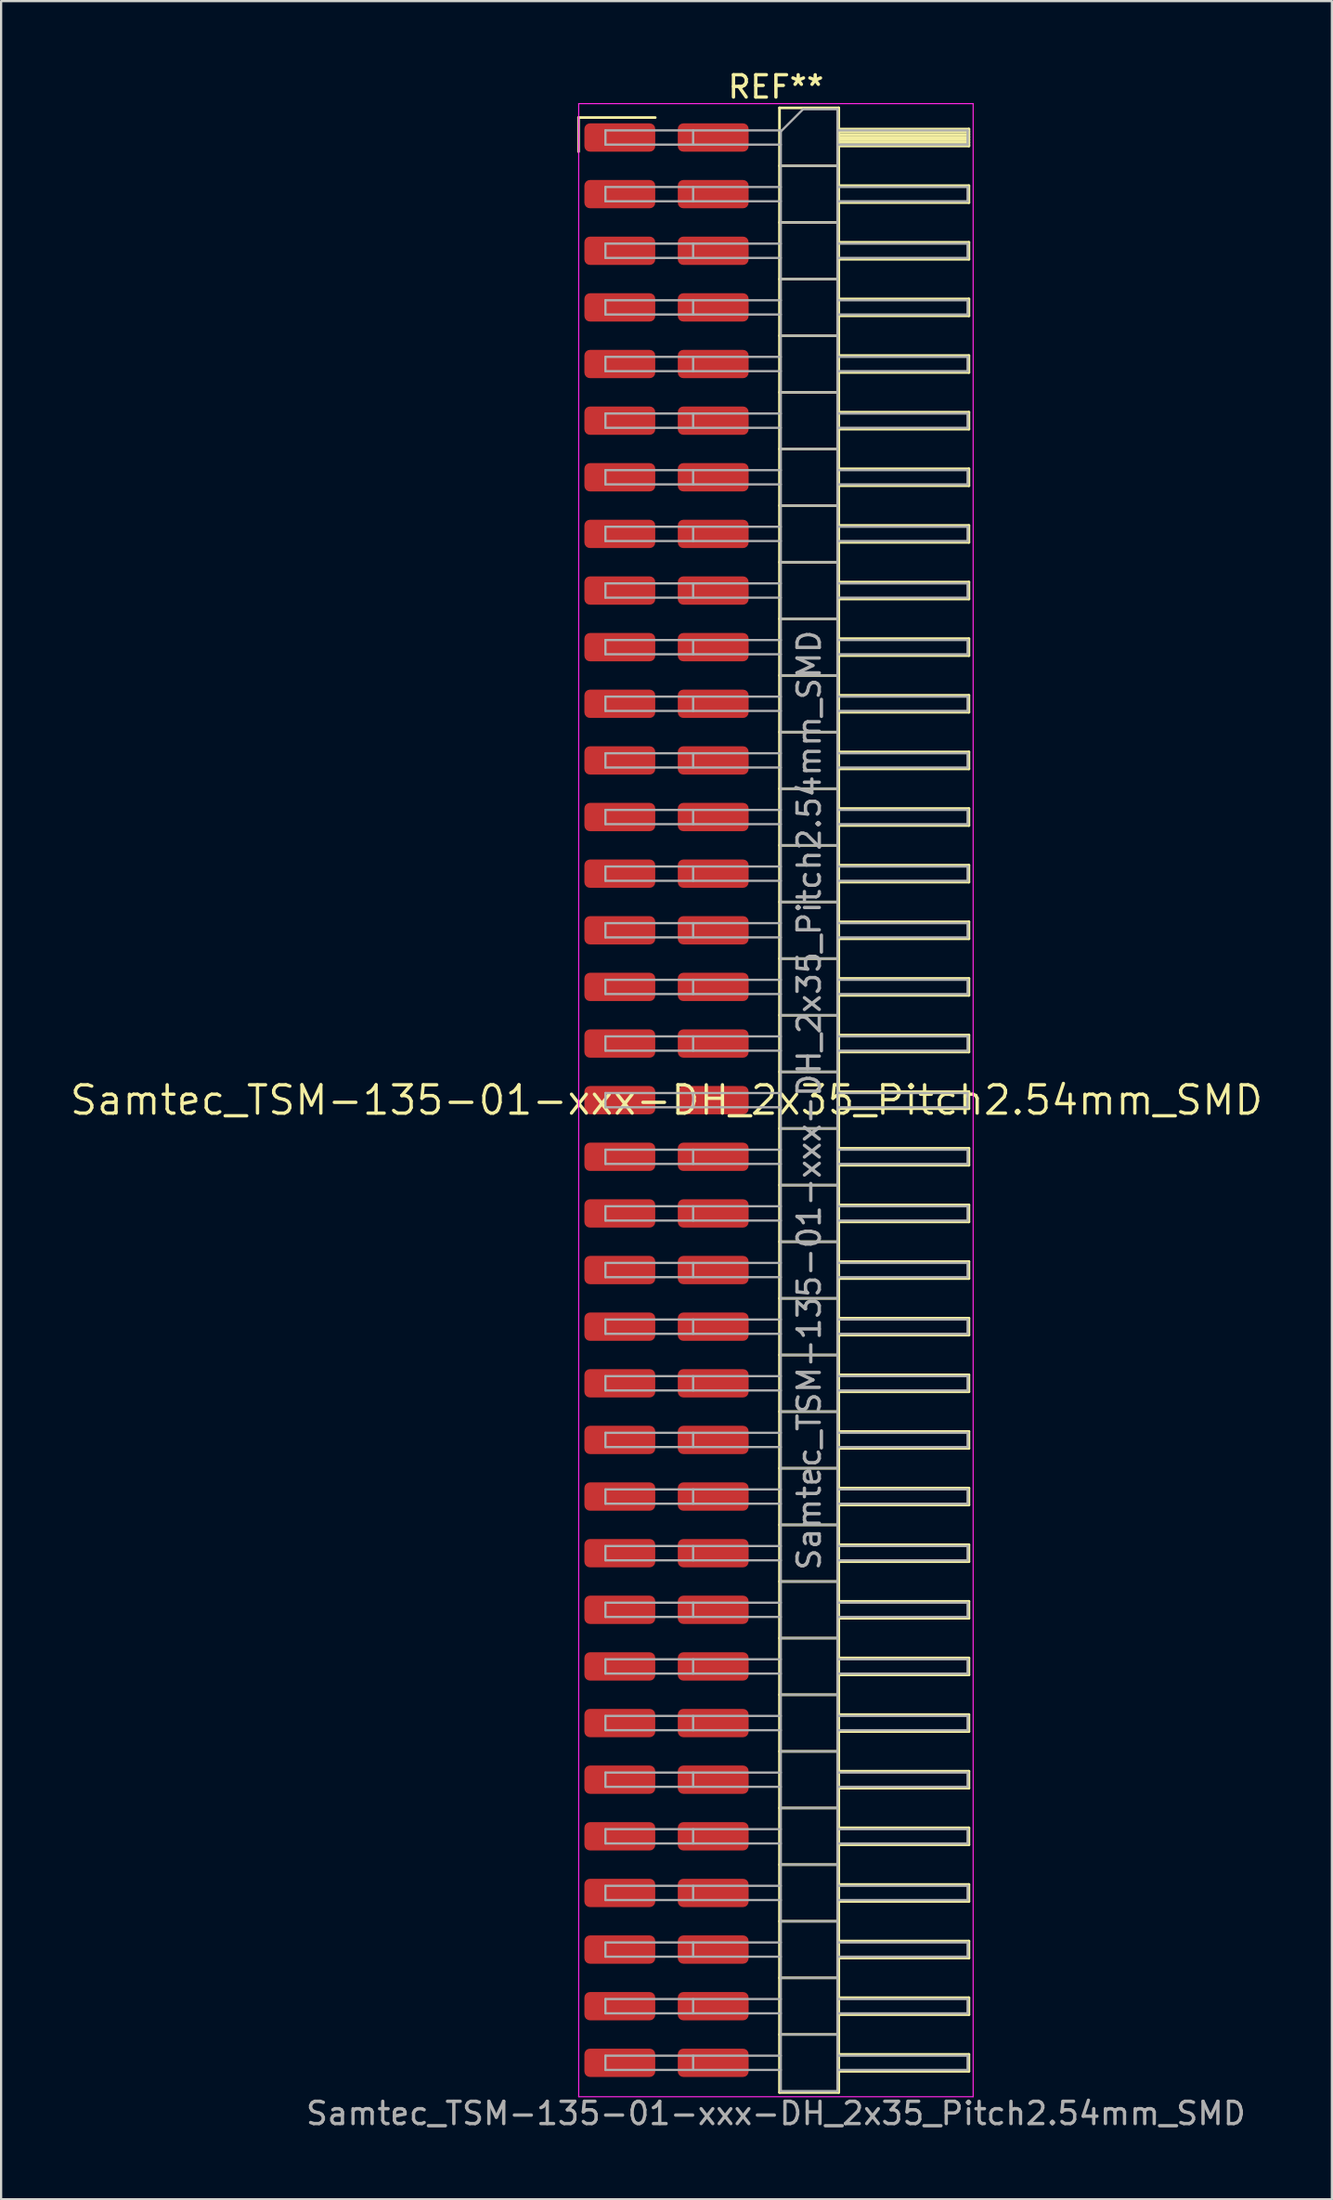
<source format=kicad_pcb>
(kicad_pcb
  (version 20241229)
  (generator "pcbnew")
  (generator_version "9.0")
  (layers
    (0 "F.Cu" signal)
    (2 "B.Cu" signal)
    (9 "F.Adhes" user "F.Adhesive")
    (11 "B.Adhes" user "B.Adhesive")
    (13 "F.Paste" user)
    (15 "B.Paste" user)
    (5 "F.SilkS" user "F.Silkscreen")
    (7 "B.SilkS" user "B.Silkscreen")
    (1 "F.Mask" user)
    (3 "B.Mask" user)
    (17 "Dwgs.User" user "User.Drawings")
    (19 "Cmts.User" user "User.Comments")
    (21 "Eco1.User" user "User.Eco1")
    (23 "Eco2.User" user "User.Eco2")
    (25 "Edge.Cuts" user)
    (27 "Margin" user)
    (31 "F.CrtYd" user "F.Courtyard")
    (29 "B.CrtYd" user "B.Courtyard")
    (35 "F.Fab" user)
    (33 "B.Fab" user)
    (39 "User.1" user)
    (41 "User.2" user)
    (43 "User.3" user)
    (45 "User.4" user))
  (footprint "Samtec_TSM-135-01-xxx-DH_2x35_Pitch2.54mm_SMD"
    (layer "F.Cu")
    (at 26.859 46.298)
    (property "Reference" "Samtec_TSM-135-01-xxx-DH_2x35_Pitch2.54mm_SMD" (at 0 0 0) (layer "F.SilkS") (effects (font (size 1.27 1.27) (thickness 0.15))))
    (attr smd)
    (fp_line (start -3.945 -44.075) (end -0.505 -44.075) (stroke (width 0.12) (type solid)) (layer "F.SilkS"))
    (fp_line (start -3.945 -42.545) (end -3.945 -44.075) (stroke (width 0.12) (type solid)) (layer "F.SilkS"))
    (fp_line (start 5.07 -44.51) (end 7.73 -44.51) (stroke (width 0.12) (type solid)) (layer "F.SilkS"))
    (fp_line (start 5.07 -41.91) (end 7.73 -41.91) (stroke (width 0.12) (type solid)) (layer "F.SilkS"))
    (fp_line (start 5.07 -39.37) (end 7.73 -39.37) (stroke (width 0.12) (type solid)) (layer "F.SilkS"))
    (fp_line (start 5.07 -36.83) (end 7.73 -36.83) (stroke (width 0.12) (type solid)) (layer "F.SilkS"))
    (fp_line (start 5.07 -34.29) (end 7.73 -34.29) (stroke (width 0.12) (type solid)) (layer "F.SilkS"))
    (fp_line (start 5.07 -31.75) (end 7.73 -31.75) (stroke (width 0.12) (type solid)) (layer "F.SilkS"))
    (fp_line (start 5.07 -29.21) (end 7.73 -29.21) (stroke (width 0.12) (type solid)) (layer "F.SilkS"))
    (fp_line (start 5.07 -26.67) (end 7.73 -26.67) (stroke (width 0.12) (type solid)) (layer "F.SilkS"))
    (fp_line (start 5.07 -24.13) (end 7.73 -24.13) (stroke (width 0.12) (type solid)) (layer "F.SilkS"))
    (fp_line (start 5.07 -21.59) (end 7.73 -21.59) (stroke (width 0.12) (type solid)) (layer "F.SilkS"))
    (fp_line (start 5.07 -19.05) (end 7.73 -19.05) (stroke (width 0.12) (type solid)) (layer "F.SilkS"))
    (fp_line (start 5.07 -16.51) (end 7.73 -16.51) (stroke (width 0.12) (type solid)) (layer "F.SilkS"))
    (fp_line (start 5.07 -13.97) (end 7.73 -13.97) (stroke (width 0.12) (type solid)) (layer "F.SilkS"))
    (fp_line (start 5.07 -11.43) (end 7.73 -11.43) (stroke (width 0.12) (type solid)) (layer "F.SilkS"))
    (fp_line (start 5.07 -8.89) (end 7.73 -8.89) (stroke (width 0.12) (type solid)) (layer "F.SilkS"))
    (fp_line (start 5.07 -6.35) (end 7.73 -6.35) (stroke (width 0.12) (type solid)) (layer "F.SilkS"))
    (fp_line (start 5.07 -3.81) (end 7.73 -3.81) (stroke (width 0.12) (type solid)) (layer "F.SilkS"))
    (fp_line (start 5.07 -1.27) (end 7.73 -1.27) (stroke (width 0.12) (type solid)) (layer "F.SilkS"))
    (fp_line (start 5.07 1.27) (end 7.73 1.27) (stroke (width 0.12) (type solid)) (layer "F.SilkS"))
    (fp_line (start 5.07 3.81) (end 7.73 3.81) (stroke (width 0.12) (type solid)) (layer "F.SilkS"))
    (fp_line (start 5.07 6.35) (end 7.73 6.35) (stroke (width 0.12) (type solid)) (layer "F.SilkS"))
    (fp_line (start 5.07 8.89) (end 7.73 8.89) (stroke (width 0.12) (type solid)) (layer "F.SilkS"))
    (fp_line (start 5.07 11.43) (end 7.73 11.43) (stroke (width 0.12) (type solid)) (layer "F.SilkS"))
    (fp_line (start 5.07 13.97) (end 7.73 13.97) (stroke (width 0.12) (type solid)) (layer "F.SilkS"))
    (fp_line (start 5.07 16.51) (end 7.73 16.51) (stroke (width 0.12) (type solid)) (layer "F.SilkS"))
    (fp_line (start 5.07 19.05) (end 7.73 19.05) (stroke (width 0.12) (type solid)) (layer "F.SilkS"))
    (fp_line (start 5.07 21.59) (end 7.73 21.59) (stroke (width 0.12) (type solid)) (layer "F.SilkS"))
    (fp_line (start 5.07 24.13) (end 7.73 24.13) (stroke (width 0.12) (type solid)) (layer "F.SilkS"))
    (fp_line (start 5.07 26.67) (end 7.73 26.67) (stroke (width 0.12) (type solid)) (layer "F.SilkS"))
    (fp_line (start 5.07 29.21) (end 7.73 29.21) (stroke (width 0.12) (type solid)) (layer "F.SilkS"))
    (fp_line (start 5.07 31.75) (end 7.73 31.75) (stroke (width 0.12) (type solid)) (layer "F.SilkS"))
    (fp_line (start 5.07 34.29) (end 7.73 34.29) (stroke (width 0.12) (type solid)) (layer "F.SilkS"))
    (fp_line (start 5.07 36.83) (end 7.73 36.83) (stroke (width 0.12) (type solid)) (layer "F.SilkS"))
    (fp_line (start 5.07 39.37) (end 7.73 39.37) (stroke (width 0.12) (type solid)) (layer "F.SilkS"))
    (fp_line (start 5.07 41.91) (end 7.73 41.91) (stroke (width 0.12) (type solid)) (layer "F.SilkS"))
    (fp_line (start 5.07 44.51) (end 5.07 -44.51) (stroke (width 0.12) (type solid)) (layer "F.SilkS"))
    (fp_line (start 7.73 -44.51) (end 7.73 44.51) (stroke (width 0.12) (type solid)) (layer "F.SilkS"))
    (fp_line (start 7.73 -43.56) (end 13.57 -43.56) (stroke (width 0.12) (type solid)) (layer "F.SilkS"))
    (fp_line (start 7.73 -43.44) (end 13.57 -43.44) (stroke (width 0.12) (type solid)) (layer "F.SilkS"))
    (fp_line (start 7.73 -43.32) (end 13.57 -43.32) (stroke (width 0.12) (type solid)) (layer "F.SilkS"))
    (fp_line (start 7.73 -43.2) (end 13.57 -43.2) (stroke (width 0.12) (type solid)) (layer "F.SilkS"))
    (fp_line (start 7.73 -43.08) (end 13.57 -43.08) (stroke (width 0.12) (type solid)) (layer "F.SilkS"))
    (fp_line (start 7.73 -42.96) (end 13.57 -42.96) (stroke (width 0.12) (type solid)) (layer "F.SilkS"))
    (fp_line (start 7.73 -42.84) (end 13.57 -42.84) (stroke (width 0.12) (type solid)) (layer "F.SilkS"))
    (fp_line (start 7.73 -42.8) (end 13.57 -42.8) (stroke (width 0.12) (type solid)) (layer "F.SilkS"))
    (fp_line (start 7.73 -41.02) (end 13.57 -41.02) (stroke (width 0.12) (type solid)) (layer "F.SilkS"))
    (fp_line (start 7.73 -40.26) (end 13.57 -40.26) (stroke (width 0.12) (type solid)) (layer "F.SilkS"))
    (fp_line (start 7.73 -38.48) (end 13.57 -38.48) (stroke (width 0.12) (type solid)) (layer "F.SilkS"))
    (fp_line (start 7.73 -37.72) (end 13.57 -37.72) (stroke (width 0.12) (type solid)) (layer "F.SilkS"))
    (fp_line (start 7.73 -35.94) (end 13.57 -35.94) (stroke (width 0.12) (type solid)) (layer "F.SilkS"))
    (fp_line (start 7.73 -35.18) (end 13.57 -35.18) (stroke (width 0.12) (type solid)) (layer "F.SilkS"))
    (fp_line (start 7.73 -33.4) (end 13.57 -33.4) (stroke (width 0.12) (type solid)) (layer "F.SilkS"))
    (fp_line (start 7.73 -32.64) (end 13.57 -32.64) (stroke (width 0.12) (type solid)) (layer "F.SilkS"))
    (fp_line (start 7.73 -30.86) (end 13.57 -30.86) (stroke (width 0.12) (type solid)) (layer "F.SilkS"))
    (fp_line (start 7.73 -30.1) (end 13.57 -30.1) (stroke (width 0.12) (type solid)) (layer "F.SilkS"))
    (fp_line (start 7.73 -28.32) (end 13.57 -28.32) (stroke (width 0.12) (type solid)) (layer "F.SilkS"))
    (fp_line (start 7.73 -27.56) (end 13.57 -27.56) (stroke (width 0.12) (type solid)) (layer "F.SilkS"))
    (fp_line (start 7.73 -25.78) (end 13.57 -25.78) (stroke (width 0.12) (type solid)) (layer "F.SilkS"))
    (fp_line (start 7.73 -25.02) (end 13.57 -25.02) (stroke (width 0.12) (type solid)) (layer "F.SilkS"))
    (fp_line (start 7.73 -23.24) (end 13.57 -23.24) (stroke (width 0.12) (type solid)) (layer "F.SilkS"))
    (fp_line (start 7.73 -22.48) (end 13.57 -22.48) (stroke (width 0.12) (type solid)) (layer "F.SilkS"))
    (fp_line (start 7.73 -20.7) (end 13.57 -20.7) (stroke (width 0.12) (type solid)) (layer "F.SilkS"))
    (fp_line (start 7.73 -19.94) (end 13.57 -19.94) (stroke (width 0.12) (type solid)) (layer "F.SilkS"))
    (fp_line (start 7.73 -18.16) (end 13.57 -18.16) (stroke (width 0.12) (type solid)) (layer "F.SilkS"))
    (fp_line (start 7.73 -17.4) (end 13.57 -17.4) (stroke (width 0.12) (type solid)) (layer "F.SilkS"))
    (fp_line (start 7.73 -15.62) (end 13.57 -15.62) (stroke (width 0.12) (type solid)) (layer "F.SilkS"))
    (fp_line (start 7.73 -14.86) (end 13.57 -14.86) (stroke (width 0.12) (type solid)) (layer "F.SilkS"))
    (fp_line (start 7.73 -13.08) (end 13.57 -13.08) (stroke (width 0.12) (type solid)) (layer "F.SilkS"))
    (fp_line (start 7.73 -12.32) (end 13.57 -12.32) (stroke (width 0.12) (type solid)) (layer "F.SilkS"))
    (fp_line (start 7.73 -10.54) (end 13.57 -10.54) (stroke (width 0.12) (type solid)) (layer "F.SilkS"))
    (fp_line (start 7.73 -9.78) (end 13.57 -9.78) (stroke (width 0.12) (type solid)) (layer "F.SilkS"))
    (fp_line (start 7.73 -8) (end 13.57 -8) (stroke (width 0.12) (type solid)) (layer "F.SilkS"))
    (fp_line (start 7.73 -7.24) (end 13.57 -7.24) (stroke (width 0.12) (type solid)) (layer "F.SilkS"))
    (fp_line (start 7.73 -5.46) (end 13.57 -5.46) (stroke (width 0.12) (type solid)) (layer "F.SilkS"))
    (fp_line (start 7.73 -4.7) (end 13.57 -4.7) (stroke (width 0.12) (type solid)) (layer "F.SilkS"))
    (fp_line (start 7.73 -2.92) (end 13.57 -2.92) (stroke (width 0.12) (type solid)) (layer "F.SilkS"))
    (fp_line (start 7.73 -2.16) (end 13.57 -2.16) (stroke (width 0.12) (type solid)) (layer "F.SilkS"))
    (fp_line (start 7.73 -0.38) (end 13.57 -0.38) (stroke (width 0.12) (type solid)) (layer "F.SilkS"))
    (fp_line (start 7.73 0.38) (end 13.57 0.38) (stroke (width 0.12) (type solid)) (layer "F.SilkS"))
    (fp_line (start 7.73 2.16) (end 13.57 2.16) (stroke (width 0.12) (type solid)) (layer "F.SilkS"))
    (fp_line (start 7.73 2.92) (end 13.57 2.92) (stroke (width 0.12) (type solid)) (layer "F.SilkS"))
    (fp_line (start 7.73 4.7) (end 13.57 4.7) (stroke (width 0.12) (type solid)) (layer "F.SilkS"))
    (fp_line (start 7.73 5.46) (end 13.57 5.46) (stroke (width 0.12) (type solid)) (layer "F.SilkS"))
    (fp_line (start 7.73 7.24) (end 13.57 7.24) (stroke (width 0.12) (type solid)) (layer "F.SilkS"))
    (fp_line (start 7.73 8) (end 13.57 8) (stroke (width 0.12) (type solid)) (layer "F.SilkS"))
    (fp_line (start 7.73 9.78) (end 13.57 9.78) (stroke (width 0.12) (type solid)) (layer "F.SilkS"))
    (fp_line (start 7.73 10.54) (end 13.57 10.54) (stroke (width 0.12) (type solid)) (layer "F.SilkS"))
    (fp_line (start 7.73 12.32) (end 13.57 12.32) (stroke (width 0.12) (type solid)) (layer "F.SilkS"))
    (fp_line (start 7.73 13.08) (end 13.57 13.08) (stroke (width 0.12) (type solid)) (layer "F.SilkS"))
    (fp_line (start 7.73 14.86) (end 13.57 14.86) (stroke (width 0.12) (type solid)) (layer "F.SilkS"))
    (fp_line (start 7.73 15.62) (end 13.57 15.62) (stroke (width 0.12) (type solid)) (layer "F.SilkS"))
    (fp_line (start 7.73 17.4) (end 13.57 17.4) (stroke (width 0.12) (type solid)) (layer "F.SilkS"))
    (fp_line (start 7.73 18.16) (end 13.57 18.16) (stroke (width 0.12) (type solid)) (layer "F.SilkS"))
    (fp_line (start 7.73 19.94) (end 13.57 19.94) (stroke (width 0.12) (type solid)) (layer "F.SilkS"))
    (fp_line (start 7.73 20.7) (end 13.57 20.7) (stroke (width 0.12) (type solid)) (layer "F.SilkS"))
    (fp_line (start 7.73 22.48) (end 13.57 22.48) (stroke (width 0.12) (type solid)) (layer "F.SilkS"))
    (fp_line (start 7.73 23.24) (end 13.57 23.24) (stroke (width 0.12) (type solid)) (layer "F.SilkS"))
    (fp_line (start 7.73 25.02) (end 13.57 25.02) (stroke (width 0.12) (type solid)) (layer "F.SilkS"))
    (fp_line (start 7.73 25.78) (end 13.57 25.78) (stroke (width 0.12) (type solid)) (layer "F.SilkS"))
    (fp_line (start 7.73 27.56) (end 13.57 27.56) (stroke (width 0.12) (type solid)) (layer "F.SilkS"))
    (fp_line (start 7.73 28.32) (end 13.57 28.32) (stroke (width 0.12) (type solid)) (layer "F.SilkS"))
    (fp_line (start 7.73 30.1) (end 13.57 30.1) (stroke (width 0.12) (type solid)) (layer "F.SilkS"))
    (fp_line (start 7.73 30.86) (end 13.57 30.86) (stroke (width 0.12) (type solid)) (layer "F.SilkS"))
    (fp_line (start 7.73 32.64) (end 13.57 32.64) (stroke (width 0.12) (type solid)) (layer "F.SilkS"))
    (fp_line (start 7.73 33.4) (end 13.57 33.4) (stroke (width 0.12) (type solid)) (layer "F.SilkS"))
    (fp_line (start 7.73 35.18) (end 13.57 35.18) (stroke (width 0.12) (type solid)) (layer "F.SilkS"))
    (fp_line (start 7.73 35.94) (end 13.57 35.94) (stroke (width 0.12) (type solid)) (layer "F.SilkS"))
    (fp_line (start 7.73 37.72) (end 13.57 37.72) (stroke (width 0.12) (type solid)) (layer "F.SilkS"))
    (fp_line (start 7.73 38.48) (end 13.57 38.48) (stroke (width 0.12) (type solid)) (layer "F.SilkS"))
    (fp_line (start 7.73 40.26) (end 13.57 40.26) (stroke (width 0.12) (type solid)) (layer "F.SilkS"))
    (fp_line (start 7.73 41.02) (end 13.57 41.02) (stroke (width 0.12) (type solid)) (layer "F.SilkS"))
    (fp_line (start 7.73 42.8) (end 13.57 42.8) (stroke (width 0.12) (type solid)) (layer "F.SilkS"))
    (fp_line (start 7.73 43.56) (end 13.57 43.56) (stroke (width 0.12) (type solid)) (layer "F.SilkS"))
    (fp_line (start 7.73 44.51) (end 5.07 44.51) (stroke (width 0.12) (type solid)) (layer "F.SilkS"))
    (fp_line (start 13.57 -43.56) (end 13.57 -42.8) (stroke (width 0.12) (type solid)) (layer "F.SilkS"))
    (fp_line (start 13.57 -41.02) (end 13.57 -40.26) (stroke (width 0.12) (type solid)) (layer "F.SilkS"))
    (fp_line (start 13.57 -38.48) (end 13.57 -37.72) (stroke (width 0.12) (type solid)) (layer "F.SilkS"))
    (fp_line (start 13.57 -35.94) (end 13.57 -35.18) (stroke (width 0.12) (type solid)) (layer "F.SilkS"))
    (fp_line (start 13.57 -33.4) (end 13.57 -32.64) (stroke (width 0.12) (type solid)) (layer "F.SilkS"))
    (fp_line (start 13.57 -30.86) (end 13.57 -30.1) (stroke (width 0.12) (type solid)) (layer "F.SilkS"))
    (fp_line (start 13.57 -28.32) (end 13.57 -27.56) (stroke (width 0.12) (type solid)) (layer "F.SilkS"))
    (fp_line (start 13.57 -25.78) (end 13.57 -25.02) (stroke (width 0.12) (type solid)) (layer "F.SilkS"))
    (fp_line (start 13.57 -23.24) (end 13.57 -22.48) (stroke (width 0.12) (type solid)) (layer "F.SilkS"))
    (fp_line (start 13.57 -20.7) (end 13.57 -19.94) (stroke (width 0.12) (type solid)) (layer "F.SilkS"))
    (fp_line (start 13.57 -18.16) (end 13.57 -17.4) (stroke (width 0.12) (type solid)) (layer "F.SilkS"))
    (fp_line (start 13.57 -15.62) (end 13.57 -14.86) (stroke (width 0.12) (type solid)) (layer "F.SilkS"))
    (fp_line (start 13.57 -13.08) (end 13.57 -12.32) (stroke (width 0.12) (type solid)) (layer "F.SilkS"))
    (fp_line (start 13.57 -10.54) (end 13.57 -9.78) (stroke (width 0.12) (type solid)) (layer "F.SilkS"))
    (fp_line (start 13.57 -8) (end 13.57 -7.24) (stroke (width 0.12) (type solid)) (layer "F.SilkS"))
    (fp_line (start 13.57 -5.46) (end 13.57 -4.7) (stroke (width 0.12) (type solid)) (layer "F.SilkS"))
    (fp_line (start 13.57 -2.92) (end 13.57 -2.16) (stroke (width 0.12) (type solid)) (layer "F.SilkS"))
    (fp_line (start 13.57 -0.38) (end 13.57 0.38) (stroke (width 0.12) (type solid)) (layer "F.SilkS"))
    (fp_line (start 13.57 2.16) (end 13.57 2.92) (stroke (width 0.12) (type solid)) (layer "F.SilkS"))
    (fp_line (start 13.57 4.7) (end 13.57 5.46) (stroke (width 0.12) (type solid)) (layer "F.SilkS"))
    (fp_line (start 13.57 7.24) (end 13.57 8) (stroke (width 0.12) (type solid)) (layer "F.SilkS"))
    (fp_line (start 13.57 9.78) (end 13.57 10.54) (stroke (width 0.12) (type solid)) (layer "F.SilkS"))
    (fp_line (start 13.57 12.32) (end 13.57 13.08) (stroke (width 0.12) (type solid)) (layer "F.SilkS"))
    (fp_line (start 13.57 14.86) (end 13.57 15.62) (stroke (width 0.12) (type solid)) (layer "F.SilkS"))
    (fp_line (start 13.57 17.4) (end 13.57 18.16) (stroke (width 0.12) (type solid)) (layer "F.SilkS"))
    (fp_line (start 13.57 19.94) (end 13.57 20.7) (stroke (width 0.12) (type solid)) (layer "F.SilkS"))
    (fp_line (start 13.57 22.48) (end 13.57 23.24) (stroke (width 0.12) (type solid)) (layer "F.SilkS"))
    (fp_line (start 13.57 25.02) (end 13.57 25.78) (stroke (width 0.12) (type solid)) (layer "F.SilkS"))
    (fp_line (start 13.57 27.56) (end 13.57 28.32) (stroke (width 0.12) (type solid)) (layer "F.SilkS"))
    (fp_line (start 13.57 30.1) (end 13.57 30.86) (stroke (width 0.12) (type solid)) (layer "F.SilkS"))
    (fp_line (start 13.57 32.64) (end 13.57 33.4) (stroke (width 0.12) (type solid)) (layer "F.SilkS"))
    (fp_line (start 13.57 35.18) (end 13.57 35.94) (stroke (width 0.12) (type solid)) (layer "F.SilkS"))
    (fp_line (start 13.57 37.72) (end 13.57 38.48) (stroke (width 0.12) (type solid)) (layer "F.SilkS"))
    (fp_line (start 13.57 40.26) (end 13.57 41.02) (stroke (width 0.12) (type solid)) (layer "F.SilkS"))
    (fp_line (start 13.57 42.8) (end 13.57 43.56) (stroke (width 0.12) (type solid)) (layer "F.SilkS"))
    (fp_line (start -3.94 -44.7) (end 13.76 -44.7) (stroke (width 0.05) (type solid)) (layer "F.CrtYd"))
    (fp_line (start -3.94 44.7) (end -3.94 -44.7) (stroke (width 0.05) (type solid)) (layer "F.CrtYd"))
    (fp_line (start 13.76 -44.7) (end 13.76 44.7) (stroke (width 0.05) (type solid)) (layer "F.CrtYd"))
    (fp_line (start 13.76 44.7) (end -3.94 44.7) (stroke (width 0.05) (type solid)) (layer "F.CrtYd"))
    (fp_line (start -2.74 -43.5) (end -2.74 -42.86) (stroke (width 0.1) (type solid)) (layer "F.Fab"))
    (fp_line (start -2.74 -43.5) (end 5.13 -43.5) (stroke (width 0.1) (type solid)) (layer "F.Fab"))
    (fp_line (start -2.74 -42.86) (end 5.13 -42.86) (stroke (width 0.1) (type solid)) (layer "F.Fab"))
    (fp_line (start -2.74 -40.96) (end -2.74 -40.32) (stroke (width 0.1) (type solid)) (layer "F.Fab"))
    (fp_line (start -2.74 -40.96) (end 5.13 -40.96) (stroke (width 0.1) (type solid)) (layer "F.Fab"))
    (fp_line (start -2.74 -40.32) (end 5.13 -40.32) (stroke (width 0.1) (type solid)) (layer "F.Fab"))
    (fp_line (start -2.74 -38.42) (end -2.74 -37.78) (stroke (width 0.1) (type solid)) (layer "F.Fab"))
    (fp_line (start -2.74 -38.42) (end 5.13 -38.42) (stroke (width 0.1) (type solid)) (layer "F.Fab"))
    (fp_line (start -2.74 -37.78) (end 5.13 -37.78) (stroke (width 0.1) (type solid)) (layer "F.Fab"))
    (fp_line (start -2.74 -35.88) (end -2.74 -35.24) (stroke (width 0.1) (type solid)) (layer "F.Fab"))
    (fp_line (start -2.74 -35.88) (end 5.13 -35.88) (stroke (width 0.1) (type solid)) (layer "F.Fab"))
    (fp_line (start -2.74 -35.24) (end 5.13 -35.24) (stroke (width 0.1) (type solid)) (layer "F.Fab"))
    (fp_line (start -2.74 -33.34) (end -2.74 -32.7) (stroke (width 0.1) (type solid)) (layer "F.Fab"))
    (fp_line (start -2.74 -33.34) (end 5.13 -33.34) (stroke (width 0.1) (type solid)) (layer "F.Fab"))
    (fp_line (start -2.74 -32.7) (end 5.13 -32.7) (stroke (width 0.1) (type solid)) (layer "F.Fab"))
    (fp_line (start -2.74 -30.8) (end -2.74 -30.16) (stroke (width 0.1) (type solid)) (layer "F.Fab"))
    (fp_line (start -2.74 -30.8) (end 5.13 -30.8) (stroke (width 0.1) (type solid)) (layer "F.Fab"))
    (fp_line (start -2.74 -30.16) (end 5.13 -30.16) (stroke (width 0.1) (type solid)) (layer "F.Fab"))
    (fp_line (start -2.74 -28.26) (end -2.74 -27.62) (stroke (width 0.1) (type solid)) (layer "F.Fab"))
    (fp_line (start -2.74 -28.26) (end 5.13 -28.26) (stroke (width 0.1) (type solid)) (layer "F.Fab"))
    (fp_line (start -2.74 -27.62) (end 5.13 -27.62) (stroke (width 0.1) (type solid)) (layer "F.Fab"))
    (fp_line (start -2.74 -25.72) (end -2.74 -25.08) (stroke (width 0.1) (type solid)) (layer "F.Fab"))
    (fp_line (start -2.74 -25.72) (end 5.13 -25.72) (stroke (width 0.1) (type solid)) (layer "F.Fab"))
    (fp_line (start -2.74 -25.08) (end 5.13 -25.08) (stroke (width 0.1) (type solid)) (layer "F.Fab"))
    (fp_line (start -2.74 -23.18) (end -2.74 -22.54) (stroke (width 0.1) (type solid)) (layer "F.Fab"))
    (fp_line (start -2.74 -23.18) (end 5.13 -23.18) (stroke (width 0.1) (type solid)) (layer "F.Fab"))
    (fp_line (start -2.74 -22.54) (end 5.13 -22.54) (stroke (width 0.1) (type solid)) (layer "F.Fab"))
    (fp_line (start -2.74 -20.64) (end -2.74 -20) (stroke (width 0.1) (type solid)) (layer "F.Fab"))
    (fp_line (start -2.74 -20.64) (end 5.13 -20.64) (stroke (width 0.1) (type solid)) (layer "F.Fab"))
    (fp_line (start -2.74 -20) (end 5.13 -20) (stroke (width 0.1) (type solid)) (layer "F.Fab"))
    (fp_line (start -2.74 -18.1) (end -2.74 -17.46) (stroke (width 0.1) (type solid)) (layer "F.Fab"))
    (fp_line (start -2.74 -18.1) (end 5.13 -18.1) (stroke (width 0.1) (type solid)) (layer "F.Fab"))
    (fp_line (start -2.74 -17.46) (end 5.13 -17.46) (stroke (width 0.1) (type solid)) (layer "F.Fab"))
    (fp_line (start -2.74 -15.56) (end -2.74 -14.92) (stroke (width 0.1) (type solid)) (layer "F.Fab"))
    (fp_line (start -2.74 -15.56) (end 5.13 -15.56) (stroke (width 0.1) (type solid)) (layer "F.Fab"))
    (fp_line (start -2.74 -14.92) (end 5.13 -14.92) (stroke (width 0.1) (type solid)) (layer "F.Fab"))
    (fp_line (start -2.74 -13.02) (end -2.74 -12.38) (stroke (width 0.1) (type solid)) (layer "F.Fab"))
    (fp_line (start -2.74 -13.02) (end 5.13 -13.02) (stroke (width 0.1) (type solid)) (layer "F.Fab"))
    (fp_line (start -2.74 -12.38) (end 5.13 -12.38) (stroke (width 0.1) (type solid)) (layer "F.Fab"))
    (fp_line (start -2.74 -10.48) (end -2.74 -9.84) (stroke (width 0.1) (type solid)) (layer "F.Fab"))
    (fp_line (start -2.74 -10.48) (end 5.13 -10.48) (stroke (width 0.1) (type solid)) (layer "F.Fab"))
    (fp_line (start -2.74 -9.84) (end 5.13 -9.84) (stroke (width 0.1) (type solid)) (layer "F.Fab"))
    (fp_line (start -2.74 -7.94) (end -2.74 -7.3) (stroke (width 0.1) (type solid)) (layer "F.Fab"))
    (fp_line (start -2.74 -7.94) (end 5.13 -7.94) (stroke (width 0.1) (type solid)) (layer "F.Fab"))
    (fp_line (start -2.74 -7.3) (end 5.13 -7.3) (stroke (width 0.1) (type solid)) (layer "F.Fab"))
    (fp_line (start -2.74 -5.4) (end -2.74 -4.76) (stroke (width 0.1) (type solid)) (layer "F.Fab"))
    (fp_line (start -2.74 -5.4) (end 5.13 -5.4) (stroke (width 0.1) (type solid)) (layer "F.Fab"))
    (fp_line (start -2.74 -4.76) (end 5.13 -4.76) (stroke (width 0.1) (type solid)) (layer "F.Fab"))
    (fp_line (start -2.74 -2.86) (end -2.74 -2.22) (stroke (width 0.1) (type solid)) (layer "F.Fab"))
    (fp_line (start -2.74 -2.86) (end 5.13 -2.86) (stroke (width 0.1) (type solid)) (layer "F.Fab"))
    (fp_line (start -2.74 -2.22) (end 5.13 -2.22) (stroke (width 0.1) (type solid)) (layer "F.Fab"))
    (fp_line (start -2.74 -0.32) (end -2.74 0.32) (stroke (width 0.1) (type solid)) (layer "F.Fab"))
    (fp_line (start -2.74 -0.32) (end 5.13 -0.32) (stroke (width 0.1) (type solid)) (layer "F.Fab"))
    (fp_line (start -2.74 0.32) (end 5.13 0.32) (stroke (width 0.1) (type solid)) (layer "F.Fab"))
    (fp_line (start -2.74 2.22) (end -2.74 2.86) (stroke (width 0.1) (type solid)) (layer "F.Fab"))
    (fp_line (start -2.74 2.22) (end 5.13 2.22) (stroke (width 0.1) (type solid)) (layer "F.Fab"))
    (fp_line (start -2.74 2.86) (end 5.13 2.86) (stroke (width 0.1) (type solid)) (layer "F.Fab"))
    (fp_line (start -2.74 4.76) (end -2.74 5.4) (stroke (width 0.1) (type solid)) (layer "F.Fab"))
    (fp_line (start -2.74 4.76) (end 5.13 4.76) (stroke (width 0.1) (type solid)) (layer "F.Fab"))
    (fp_line (start -2.74 5.4) (end 5.13 5.4) (stroke (width 0.1) (type solid)) (layer "F.Fab"))
    (fp_line (start -2.74 7.3) (end -2.74 7.94) (stroke (width 0.1) (type solid)) (layer "F.Fab"))
    (fp_line (start -2.74 7.3) (end 5.13 7.3) (stroke (width 0.1) (type solid)) (layer "F.Fab"))
    (fp_line (start -2.74 7.94) (end 5.13 7.94) (stroke (width 0.1) (type solid)) (layer "F.Fab"))
    (fp_line (start -2.74 9.84) (end -2.74 10.48) (stroke (width 0.1) (type solid)) (layer "F.Fab"))
    (fp_line (start -2.74 9.84) (end 5.13 9.84) (stroke (width 0.1) (type solid)) (layer "F.Fab"))
    (fp_line (start -2.74 10.48) (end 5.13 10.48) (stroke (width 0.1) (type solid)) (layer "F.Fab"))
    (fp_line (start -2.74 12.38) (end -2.74 13.02) (stroke (width 0.1) (type solid)) (layer "F.Fab"))
    (fp_line (start -2.74 12.38) (end 5.13 12.38) (stroke (width 0.1) (type solid)) (layer "F.Fab"))
    (fp_line (start -2.74 13.02) (end 5.13 13.02) (stroke (width 0.1) (type solid)) (layer "F.Fab"))
    (fp_line (start -2.74 14.92) (end -2.74 15.56) (stroke (width 0.1) (type solid)) (layer "F.Fab"))
    (fp_line (start -2.74 14.92) (end 5.13 14.92) (stroke (width 0.1) (type solid)) (layer "F.Fab"))
    (fp_line (start -2.74 15.56) (end 5.13 15.56) (stroke (width 0.1) (type solid)) (layer "F.Fab"))
    (fp_line (start -2.74 17.46) (end -2.74 18.1) (stroke (width 0.1) (type solid)) (layer "F.Fab"))
    (fp_line (start -2.74 17.46) (end 5.13 17.46) (stroke (width 0.1) (type solid)) (layer "F.Fab"))
    (fp_line (start -2.74 18.1) (end 5.13 18.1) (stroke (width 0.1) (type solid)) (layer "F.Fab"))
    (fp_line (start -2.74 20) (end -2.74 20.64) (stroke (width 0.1) (type solid)) (layer "F.Fab"))
    (fp_line (start -2.74 20) (end 5.13 20) (stroke (width 0.1) (type solid)) (layer "F.Fab"))
    (fp_line (start -2.74 20.64) (end 5.13 20.64) (stroke (width 0.1) (type solid)) (layer "F.Fab"))
    (fp_line (start -2.74 22.54) (end -2.74 23.18) (stroke (width 0.1) (type solid)) (layer "F.Fab"))
    (fp_line (start -2.74 22.54) (end 5.13 22.54) (stroke (width 0.1) (type solid)) (layer "F.Fab"))
    (fp_line (start -2.74 23.18) (end 5.13 23.18) (stroke (width 0.1) (type solid)) (layer "F.Fab"))
    (fp_line (start -2.74 25.08) (end -2.74 25.72) (stroke (width 0.1) (type solid)) (layer "F.Fab"))
    (fp_line (start -2.74 25.08) (end 5.13 25.08) (stroke (width 0.1) (type solid)) (layer "F.Fab"))
    (fp_line (start -2.74 25.72) (end 5.13 25.72) (stroke (width 0.1) (type solid)) (layer "F.Fab"))
    (fp_line (start -2.74 27.62) (end -2.74 28.26) (stroke (width 0.1) (type solid)) (layer "F.Fab"))
    (fp_line (start -2.74 27.62) (end 5.13 27.62) (stroke (width 0.1) (type solid)) (layer "F.Fab"))
    (fp_line (start -2.74 28.26) (end 5.13 28.26) (stroke (width 0.1) (type solid)) (layer "F.Fab"))
    (fp_line (start -2.74 30.16) (end -2.74 30.8) (stroke (width 0.1) (type solid)) (layer "F.Fab"))
    (fp_line (start -2.74 30.16) (end 5.13 30.16) (stroke (width 0.1) (type solid)) (layer "F.Fab"))
    (fp_line (start -2.74 30.8) (end 5.13 30.8) (stroke (width 0.1) (type solid)) (layer "F.Fab"))
    (fp_line (start -2.74 32.7) (end -2.74 33.34) (stroke (width 0.1) (type solid)) (layer "F.Fab"))
    (fp_line (start -2.74 32.7) (end 5.13 32.7) (stroke (width 0.1) (type solid)) (layer "F.Fab"))
    (fp_line (start -2.74 33.34) (end 5.13 33.34) (stroke (width 0.1) (type solid)) (layer "F.Fab"))
    (fp_line (start -2.74 35.24) (end -2.74 35.88) (stroke (width 0.1) (type solid)) (layer "F.Fab"))
    (fp_line (start -2.74 35.24) (end 5.13 35.24) (stroke (width 0.1) (type solid)) (layer "F.Fab"))
    (fp_line (start -2.74 35.88) (end 5.13 35.88) (stroke (width 0.1) (type solid)) (layer "F.Fab"))
    (fp_line (start -2.74 37.78) (end -2.74 38.42) (stroke (width 0.1) (type solid)) (layer "F.Fab"))
    (fp_line (start -2.74 37.78) (end 5.13 37.78) (stroke (width 0.1) (type solid)) (layer "F.Fab"))
    (fp_line (start -2.74 38.42) (end 5.13 38.42) (stroke (width 0.1) (type solid)) (layer "F.Fab"))
    (fp_line (start -2.74 40.32) (end -2.74 40.96) (stroke (width 0.1) (type solid)) (layer "F.Fab"))
    (fp_line (start -2.74 40.32) (end 5.13 40.32) (stroke (width 0.1) (type solid)) (layer "F.Fab"))
    (fp_line (start -2.74 40.96) (end 5.13 40.96) (stroke (width 0.1) (type solid)) (layer "F.Fab"))
    (fp_line (start -2.74 42.86) (end -2.74 43.5) (stroke (width 0.1) (type solid)) (layer "F.Fab"))
    (fp_line (start -2.74 42.86) (end 5.13 42.86) (stroke (width 0.1) (type solid)) (layer "F.Fab"))
    (fp_line (start -2.74 43.5) (end 5.13 43.5) (stroke (width 0.1) (type solid)) (layer "F.Fab"))
    (fp_line (start 1.195 -43.5) (end 1.195 -42.86) (stroke (width 0.1) (type solid)) (layer "F.Fab"))
    (fp_line (start 1.195 -40.96) (end 1.195 -40.32) (stroke (width 0.1) (type solid)) (layer "F.Fab"))
    (fp_line (start 1.195 -38.42) (end 1.195 -37.78) (stroke (width 0.1) (type solid)) (layer "F.Fab"))
    (fp_line (start 1.195 -35.88) (end 1.195 -35.24) (stroke (width 0.1) (type solid)) (layer "F.Fab"))
    (fp_line (start 1.195 -33.34) (end 1.195 -32.7) (stroke (width 0.1) (type solid)) (layer "F.Fab"))
    (fp_line (start 1.195 -30.8) (end 1.195 -30.16) (stroke (width 0.1) (type solid)) (layer "F.Fab"))
    (fp_line (start 1.195 -28.26) (end 1.195 -27.62) (stroke (width 0.1) (type solid)) (layer "F.Fab"))
    (fp_line (start 1.195 -25.72) (end 1.195 -25.08) (stroke (width 0.1) (type solid)) (layer "F.Fab"))
    (fp_line (start 1.195 -23.18) (end 1.195 -22.54) (stroke (width 0.1) (type solid)) (layer "F.Fab"))
    (fp_line (start 1.195 -20.64) (end 1.195 -20) (stroke (width 0.1) (type solid)) (layer "F.Fab"))
    (fp_line (start 1.195 -18.1) (end 1.195 -17.46) (stroke (width 0.1) (type solid)) (layer "F.Fab"))
    (fp_line (start 1.195 -15.56) (end 1.195 -14.92) (stroke (width 0.1) (type solid)) (layer "F.Fab"))
    (fp_line (start 1.195 -13.02) (end 1.195 -12.38) (stroke (width 0.1) (type solid)) (layer "F.Fab"))
    (fp_line (start 1.195 -10.48) (end 1.195 -9.84) (stroke (width 0.1) (type solid)) (layer "F.Fab"))
    (fp_line (start 1.195 -7.94) (end 1.195 -7.3) (stroke (width 0.1) (type solid)) (layer "F.Fab"))
    (fp_line (start 1.195 -5.4) (end 1.195 -4.76) (stroke (width 0.1) (type solid)) (layer "F.Fab"))
    (fp_line (start 1.195 -2.86) (end 1.195 -2.22) (stroke (width 0.1) (type solid)) (layer "F.Fab"))
    (fp_line (start 1.195 -0.32) (end 1.195 0.32) (stroke (width 0.1) (type solid)) (layer "F.Fab"))
    (fp_line (start 1.195 2.22) (end 1.195 2.86) (stroke (width 0.1) (type solid)) (layer "F.Fab"))
    (fp_line (start 1.195 4.76) (end 1.195 5.4) (stroke (width 0.1) (type solid)) (layer "F.Fab"))
    (fp_line (start 1.195 7.3) (end 1.195 7.94) (stroke (width 0.1) (type solid)) (layer "F.Fab"))
    (fp_line (start 1.195 9.84) (end 1.195 10.48) (stroke (width 0.1) (type solid)) (layer "F.Fab"))
    (fp_line (start 1.195 12.38) (end 1.195 13.02) (stroke (width 0.1) (type solid)) (layer "F.Fab"))
    (fp_line (start 1.195 14.92) (end 1.195 15.56) (stroke (width 0.1) (type solid)) (layer "F.Fab"))
    (fp_line (start 1.195 17.46) (end 1.195 18.1) (stroke (width 0.1) (type solid)) (layer "F.Fab"))
    (fp_line (start 1.195 20) (end 1.195 20.64) (stroke (width 0.1) (type solid)) (layer "F.Fab"))
    (fp_line (start 1.195 22.54) (end 1.195 23.18) (stroke (width 0.1) (type solid)) (layer "F.Fab"))
    (fp_line (start 1.195 25.08) (end 1.195 25.72) (stroke (width 0.1) (type solid)) (layer "F.Fab"))
    (fp_line (start 1.195 27.62) (end 1.195 28.26) (stroke (width 0.1) (type solid)) (layer "F.Fab"))
    (fp_line (start 1.195 30.16) (end 1.195 30.8) (stroke (width 0.1) (type solid)) (layer "F.Fab"))
    (fp_line (start 1.195 32.7) (end 1.195 33.34) (stroke (width 0.1) (type solid)) (layer "F.Fab"))
    (fp_line (start 1.195 35.24) (end 1.195 35.88) (stroke (width 0.1) (type solid)) (layer "F.Fab"))
    (fp_line (start 1.195 37.78) (end 1.195 38.42) (stroke (width 0.1) (type solid)) (layer "F.Fab"))
    (fp_line (start 1.195 40.32) (end 1.195 40.96) (stroke (width 0.1) (type solid)) (layer "F.Fab"))
    (fp_line (start 1.195 42.86) (end 1.195 43.5) (stroke (width 0.1) (type solid)) (layer "F.Fab"))
    (fp_line (start 5.13 -43.45) (end 6.13 -44.45) (stroke (width 0.1) (type solid)) (layer "F.Fab"))
    (fp_line (start 5.13 -41.91) (end 7.67 -41.91) (stroke (width 0.1) (type solid)) (layer "F.Fab"))
    (fp_line (start 5.13 -39.37) (end 7.67 -39.37) (stroke (width 0.1) (type solid)) (layer "F.Fab"))
    (fp_line (start 5.13 -36.83) (end 7.67 -36.83) (stroke (width 0.1) (type solid)) (layer "F.Fab"))
    (fp_line (start 5.13 -34.29) (end 7.67 -34.29) (stroke (width 0.1) (type solid)) (layer "F.Fab"))
    (fp_line (start 5.13 -31.75) (end 7.67 -31.75) (stroke (width 0.1) (type solid)) (layer "F.Fab"))
    (fp_line (start 5.13 -29.21) (end 7.67 -29.21) (stroke (width 0.1) (type solid)) (layer "F.Fab"))
    (fp_line (start 5.13 -26.67) (end 7.67 -26.67) (stroke (width 0.1) (type solid)) (layer "F.Fab"))
    (fp_line (start 5.13 -24.13) (end 7.67 -24.13) (stroke (width 0.1) (type solid)) (layer "F.Fab"))
    (fp_line (start 5.13 -21.59) (end 7.67 -21.59) (stroke (width 0.1) (type solid)) (layer "F.Fab"))
    (fp_line (start 5.13 -19.05) (end 7.67 -19.05) (stroke (width 0.1) (type solid)) (layer "F.Fab"))
    (fp_line (start 5.13 -16.51) (end 7.67 -16.51) (stroke (width 0.1) (type solid)) (layer "F.Fab"))
    (fp_line (start 5.13 -13.97) (end 7.67 -13.97) (stroke (width 0.1) (type solid)) (layer "F.Fab"))
    (fp_line (start 5.13 -11.43) (end 7.67 -11.43) (stroke (width 0.1) (type solid)) (layer "F.Fab"))
    (fp_line (start 5.13 -8.89) (end 7.67 -8.89) (stroke (width 0.1) (type solid)) (layer "F.Fab"))
    (fp_line (start 5.13 -6.35) (end 7.67 -6.35) (stroke (width 0.1) (type solid)) (layer "F.Fab"))
    (fp_line (start 5.13 -3.81) (end 7.67 -3.81) (stroke (width 0.1) (type solid)) (layer "F.Fab"))
    (fp_line (start 5.13 -1.27) (end 7.67 -1.27) (stroke (width 0.1) (type solid)) (layer "F.Fab"))
    (fp_line (start 5.13 1.27) (end 7.67 1.27) (stroke (width 0.1) (type solid)) (layer "F.Fab"))
    (fp_line (start 5.13 3.81) (end 7.67 3.81) (stroke (width 0.1) (type solid)) (layer "F.Fab"))
    (fp_line (start 5.13 6.35) (end 7.67 6.35) (stroke (width 0.1) (type solid)) (layer "F.Fab"))
    (fp_line (start 5.13 8.89) (end 7.67 8.89) (stroke (width 0.1) (type solid)) (layer "F.Fab"))
    (fp_line (start 5.13 11.43) (end 7.67 11.43) (stroke (width 0.1) (type solid)) (layer "F.Fab"))
    (fp_line (start 5.13 13.97) (end 7.67 13.97) (stroke (width 0.1) (type solid)) (layer "F.Fab"))
    (fp_line (start 5.13 16.51) (end 7.67 16.51) (stroke (width 0.1) (type solid)) (layer "F.Fab"))
    (fp_line (start 5.13 19.05) (end 7.67 19.05) (stroke (width 0.1) (type solid)) (layer "F.Fab"))
    (fp_line (start 5.13 21.59) (end 7.67 21.59) (stroke (width 0.1) (type solid)) (layer "F.Fab"))
    (fp_line (start 5.13 24.13) (end 7.67 24.13) (stroke (width 0.1) (type solid)) (layer "F.Fab"))
    (fp_line (start 5.13 26.67) (end 7.67 26.67) (stroke (width 0.1) (type solid)) (layer "F.Fab"))
    (fp_line (start 5.13 29.21) (end 7.67 29.21) (stroke (width 0.1) (type solid)) (layer "F.Fab"))
    (fp_line (start 5.13 31.75) (end 7.67 31.75) (stroke (width 0.1) (type solid)) (layer "F.Fab"))
    (fp_line (start 5.13 34.29) (end 7.67 34.29) (stroke (width 0.1) (type solid)) (layer "F.Fab"))
    (fp_line (start 5.13 36.83) (end 7.67 36.83) (stroke (width 0.1) (type solid)) (layer "F.Fab"))
    (fp_line (start 5.13 39.37) (end 7.67 39.37) (stroke (width 0.1) (type solid)) (layer "F.Fab"))
    (fp_line (start 5.13 41.91) (end 7.67 41.91) (stroke (width 0.1) (type solid)) (layer "F.Fab"))
    (fp_line (start 5.13 44.45) (end 5.13 -43.45) (stroke (width 0.1) (type solid)) (layer "F.Fab"))
    (fp_line (start 6.13 -44.45) (end 7.67 -44.45) (stroke (width 0.1) (type solid)) (layer "F.Fab"))
    (fp_line (start 7.67 -44.45) (end 7.67 44.45) (stroke (width 0.1) (type solid)) (layer "F.Fab"))
    (fp_line (start 7.67 -43.5) (end 13.51 -43.5) (stroke (width 0.1) (type solid)) (layer "F.Fab"))
    (fp_line (start 7.67 -42.86) (end 13.51 -42.86) (stroke (width 0.1) (type solid)) (layer "F.Fab"))
    (fp_line (start 7.67 -40.96) (end 13.51 -40.96) (stroke (width 0.1) (type solid)) (layer "F.Fab"))
    (fp_line (start 7.67 -40.32) (end 13.51 -40.32) (stroke (width 0.1) (type solid)) (layer "F.Fab"))
    (fp_line (start 7.67 -38.42) (end 13.51 -38.42) (stroke (width 0.1) (type solid)) (layer "F.Fab"))
    (fp_line (start 7.67 -37.78) (end 13.51 -37.78) (stroke (width 0.1) (type solid)) (layer "F.Fab"))
    (fp_line (start 7.67 -35.88) (end 13.51 -35.88) (stroke (width 0.1) (type solid)) (layer "F.Fab"))
    (fp_line (start 7.67 -35.24) (end 13.51 -35.24) (stroke (width 0.1) (type solid)) (layer "F.Fab"))
    (fp_line (start 7.67 -33.34) (end 13.51 -33.34) (stroke (width 0.1) (type solid)) (layer "F.Fab"))
    (fp_line (start 7.67 -32.7) (end 13.51 -32.7) (stroke (width 0.1) (type solid)) (layer "F.Fab"))
    (fp_line (start 7.67 -30.8) (end 13.51 -30.8) (stroke (width 0.1) (type solid)) (layer "F.Fab"))
    (fp_line (start 7.67 -30.16) (end 13.51 -30.16) (stroke (width 0.1) (type solid)) (layer "F.Fab"))
    (fp_line (start 7.67 -28.26) (end 13.51 -28.26) (stroke (width 0.1) (type solid)) (layer "F.Fab"))
    (fp_line (start 7.67 -27.62) (end 13.51 -27.62) (stroke (width 0.1) (type solid)) (layer "F.Fab"))
    (fp_line (start 7.67 -25.72) (end 13.51 -25.72) (stroke (width 0.1) (type solid)) (layer "F.Fab"))
    (fp_line (start 7.67 -25.08) (end 13.51 -25.08) (stroke (width 0.1) (type solid)) (layer "F.Fab"))
    (fp_line (start 7.67 -23.18) (end 13.51 -23.18) (stroke (width 0.1) (type solid)) (layer "F.Fab"))
    (fp_line (start 7.67 -22.54) (end 13.51 -22.54) (stroke (width 0.1) (type solid)) (layer "F.Fab"))
    (fp_line (start 7.67 -20.64) (end 13.51 -20.64) (stroke (width 0.1) (type solid)) (layer "F.Fab"))
    (fp_line (start 7.67 -20) (end 13.51 -20) (stroke (width 0.1) (type solid)) (layer "F.Fab"))
    (fp_line (start 7.67 -18.1) (end 13.51 -18.1) (stroke (width 0.1) (type solid)) (layer "F.Fab"))
    (fp_line (start 7.67 -17.46) (end 13.51 -17.46) (stroke (width 0.1) (type solid)) (layer "F.Fab"))
    (fp_line (start 7.67 -15.56) (end 13.51 -15.56) (stroke (width 0.1) (type solid)) (layer "F.Fab"))
    (fp_line (start 7.67 -14.92) (end 13.51 -14.92) (stroke (width 0.1) (type solid)) (layer "F.Fab"))
    (fp_line (start 7.67 -13.02) (end 13.51 -13.02) (stroke (width 0.1) (type solid)) (layer "F.Fab"))
    (fp_line (start 7.67 -12.38) (end 13.51 -12.38) (stroke (width 0.1) (type solid)) (layer "F.Fab"))
    (fp_line (start 7.67 -10.48) (end 13.51 -10.48) (stroke (width 0.1) (type solid)) (layer "F.Fab"))
    (fp_line (start 7.67 -9.84) (end 13.51 -9.84) (stroke (width 0.1) (type solid)) (layer "F.Fab"))
    (fp_line (start 7.67 -7.94) (end 13.51 -7.94) (stroke (width 0.1) (type solid)) (layer "F.Fab"))
    (fp_line (start 7.67 -7.3) (end 13.51 -7.3) (stroke (width 0.1) (type solid)) (layer "F.Fab"))
    (fp_line (start 7.67 -5.4) (end 13.51 -5.4) (stroke (width 0.1) (type solid)) (layer "F.Fab"))
    (fp_line (start 7.67 -4.76) (end 13.51 -4.76) (stroke (width 0.1) (type solid)) (layer "F.Fab"))
    (fp_line (start 7.67 -2.86) (end 13.51 -2.86) (stroke (width 0.1) (type solid)) (layer "F.Fab"))
    (fp_line (start 7.67 -2.22) (end 13.51 -2.22) (stroke (width 0.1) (type solid)) (layer "F.Fab"))
    (fp_line (start 7.67 -0.32) (end 13.51 -0.32) (stroke (width 0.1) (type solid)) (layer "F.Fab"))
    (fp_line (start 7.67 0.32) (end 13.51 0.32) (stroke (width 0.1) (type solid)) (layer "F.Fab"))
    (fp_line (start 7.67 2.22) (end 13.51 2.22) (stroke (width 0.1) (type solid)) (layer "F.Fab"))
    (fp_line (start 7.67 2.86) (end 13.51 2.86) (stroke (width 0.1) (type solid)) (layer "F.Fab"))
    (fp_line (start 7.67 4.76) (end 13.51 4.76) (stroke (width 0.1) (type solid)) (layer "F.Fab"))
    (fp_line (start 7.67 5.4) (end 13.51 5.4) (stroke (width 0.1) (type solid)) (layer "F.Fab"))
    (fp_line (start 7.67 7.3) (end 13.51 7.3) (stroke (width 0.1) (type solid)) (layer "F.Fab"))
    (fp_line (start 7.67 7.94) (end 13.51 7.94) (stroke (width 0.1) (type solid)) (layer "F.Fab"))
    (fp_line (start 7.67 9.84) (end 13.51 9.84) (stroke (width 0.1) (type solid)) (layer "F.Fab"))
    (fp_line (start 7.67 10.48) (end 13.51 10.48) (stroke (width 0.1) (type solid)) (layer "F.Fab"))
    (fp_line (start 7.67 12.38) (end 13.51 12.38) (stroke (width 0.1) (type solid)) (layer "F.Fab"))
    (fp_line (start 7.67 13.02) (end 13.51 13.02) (stroke (width 0.1) (type solid)) (layer "F.Fab"))
    (fp_line (start 7.67 14.92) (end 13.51 14.92) (stroke (width 0.1) (type solid)) (layer "F.Fab"))
    (fp_line (start 7.67 15.56) (end 13.51 15.56) (stroke (width 0.1) (type solid)) (layer "F.Fab"))
    (fp_line (start 7.67 17.46) (end 13.51 17.46) (stroke (width 0.1) (type solid)) (layer "F.Fab"))
    (fp_line (start 7.67 18.1) (end 13.51 18.1) (stroke (width 0.1) (type solid)) (layer "F.Fab"))
    (fp_line (start 7.67 20) (end 13.51 20) (stroke (width 0.1) (type solid)) (layer "F.Fab"))
    (fp_line (start 7.67 20.64) (end 13.51 20.64) (stroke (width 0.1) (type solid)) (layer "F.Fab"))
    (fp_line (start 7.67 22.54) (end 13.51 22.54) (stroke (width 0.1) (type solid)) (layer "F.Fab"))
    (fp_line (start 7.67 23.18) (end 13.51 23.18) (stroke (width 0.1) (type solid)) (layer "F.Fab"))
    (fp_line (start 7.67 25.08) (end 13.51 25.08) (stroke (width 0.1) (type solid)) (layer "F.Fab"))
    (fp_line (start 7.67 25.72) (end 13.51 25.72) (stroke (width 0.1) (type solid)) (layer "F.Fab"))
    (fp_line (start 7.67 27.62) (end 13.51 27.62) (stroke (width 0.1) (type solid)) (layer "F.Fab"))
    (fp_line (start 7.67 28.26) (end 13.51 28.26) (stroke (width 0.1) (type solid)) (layer "F.Fab"))
    (fp_line (start 7.67 30.16) (end 13.51 30.16) (stroke (width 0.1) (type solid)) (layer "F.Fab"))
    (fp_line (start 7.67 30.8) (end 13.51 30.8) (stroke (width 0.1) (type solid)) (layer "F.Fab"))
    (fp_line (start 7.67 32.7) (end 13.51 32.7) (stroke (width 0.1) (type solid)) (layer "F.Fab"))
    (fp_line (start 7.67 33.34) (end 13.51 33.34) (stroke (width 0.1) (type solid)) (layer "F.Fab"))
    (fp_line (start 7.67 35.24) (end 13.51 35.24) (stroke (width 0.1) (type solid)) (layer "F.Fab"))
    (fp_line (start 7.67 35.88) (end 13.51 35.88) (stroke (width 0.1) (type solid)) (layer "F.Fab"))
    (fp_line (start 7.67 37.78) (end 13.51 37.78) (stroke (width 0.1) (type solid)) (layer "F.Fab"))
    (fp_line (start 7.67 38.42) (end 13.51 38.42) (stroke (width 0.1) (type solid)) (layer "F.Fab"))
    (fp_line (start 7.67 40.32) (end 13.51 40.32) (stroke (width 0.1) (type solid)) (layer "F.Fab"))
    (fp_line (start 7.67 40.96) (end 13.51 40.96) (stroke (width 0.1) (type solid)) (layer "F.Fab"))
    (fp_line (start 7.67 42.86) (end 13.51 42.86) (stroke (width 0.1) (type solid)) (layer "F.Fab"))
    (fp_line (start 7.67 43.5) (end 13.51 43.5) (stroke (width 0.1) (type solid)) (layer "F.Fab"))
    (fp_line (start 7.67 44.45) (end 5.13 44.45) (stroke (width 0.1) (type solid)) (layer "F.Fab"))
    (fp_line (start 13.51 -43.5) (end 13.51 -42.86) (stroke (width 0.1) (type solid)) (layer "F.Fab"))
    (fp_line (start 13.51 -40.96) (end 13.51 -40.32) (stroke (width 0.1) (type solid)) (layer "F.Fab"))
    (fp_line (start 13.51 -38.42) (end 13.51 -37.78) (stroke (width 0.1) (type solid)) (layer "F.Fab"))
    (fp_line (start 13.51 -35.88) (end 13.51 -35.24) (stroke (width 0.1) (type solid)) (layer "F.Fab"))
    (fp_line (start 13.51 -33.34) (end 13.51 -32.7) (stroke (width 0.1) (type solid)) (layer "F.Fab"))
    (fp_line (start 13.51 -30.8) (end 13.51 -30.16) (stroke (width 0.1) (type solid)) (layer "F.Fab"))
    (fp_line (start 13.51 -28.26) (end 13.51 -27.62) (stroke (width 0.1) (type solid)) (layer "F.Fab"))
    (fp_line (start 13.51 -25.72) (end 13.51 -25.08) (stroke (width 0.1) (type solid)) (layer "F.Fab"))
    (fp_line (start 13.51 -23.18) (end 13.51 -22.54) (stroke (width 0.1) (type solid)) (layer "F.Fab"))
    (fp_line (start 13.51 -20.64) (end 13.51 -20) (stroke (width 0.1) (type solid)) (layer "F.Fab"))
    (fp_line (start 13.51 -18.1) (end 13.51 -17.46) (stroke (width 0.1) (type solid)) (layer "F.Fab"))
    (fp_line (start 13.51 -15.56) (end 13.51 -14.92) (stroke (width 0.1) (type solid)) (layer "F.Fab"))
    (fp_line (start 13.51 -13.02) (end 13.51 -12.38) (stroke (width 0.1) (type solid)) (layer "F.Fab"))
    (fp_line (start 13.51 -10.48) (end 13.51 -9.84) (stroke (width 0.1) (type solid)) (layer "F.Fab"))
    (fp_line (start 13.51 -7.94) (end 13.51 -7.3) (stroke (width 0.1) (type solid)) (layer "F.Fab"))
    (fp_line (start 13.51 -5.4) (end 13.51 -4.76) (stroke (width 0.1) (type solid)) (layer "F.Fab"))
    (fp_line (start 13.51 -2.86) (end 13.51 -2.22) (stroke (width 0.1) (type solid)) (layer "F.Fab"))
    (fp_line (start 13.51 -0.32) (end 13.51 0.32) (stroke (width 0.1) (type solid)) (layer "F.Fab"))
    (fp_line (start 13.51 2.22) (end 13.51 2.86) (stroke (width 0.1) (type solid)) (layer "F.Fab"))
    (fp_line (start 13.51 4.76) (end 13.51 5.4) (stroke (width 0.1) (type solid)) (layer "F.Fab"))
    (fp_line (start 13.51 7.3) (end 13.51 7.94) (stroke (width 0.1) (type solid)) (layer "F.Fab"))
    (fp_line (start 13.51 9.84) (end 13.51 10.48) (stroke (width 0.1) (type solid)) (layer "F.Fab"))
    (fp_line (start 13.51 12.38) (end 13.51 13.02) (stroke (width 0.1) (type solid)) (layer "F.Fab"))
    (fp_line (start 13.51 14.92) (end 13.51 15.56) (stroke (width 0.1) (type solid)) (layer "F.Fab"))
    (fp_line (start 13.51 17.46) (end 13.51 18.1) (stroke (width 0.1) (type solid)) (layer "F.Fab"))
    (fp_line (start 13.51 20) (end 13.51 20.64) (stroke (width 0.1) (type solid)) (layer "F.Fab"))
    (fp_line (start 13.51 22.54) (end 13.51 23.18) (stroke (width 0.1) (type solid)) (layer "F.Fab"))
    (fp_line (start 13.51 25.08) (end 13.51 25.72) (stroke (width 0.1) (type solid)) (layer "F.Fab"))
    (fp_line (start 13.51 27.62) (end 13.51 28.26) (stroke (width 0.1) (type solid)) (layer "F.Fab"))
    (fp_line (start 13.51 30.16) (end 13.51 30.8) (stroke (width 0.1) (type solid)) (layer "F.Fab"))
    (fp_line (start 13.51 32.7) (end 13.51 33.34) (stroke (width 0.1) (type solid)) (layer "F.Fab"))
    (fp_line (start 13.51 35.24) (end 13.51 35.88) (stroke (width 0.1) (type solid)) (layer "F.Fab"))
    (fp_line (start 13.51 37.78) (end 13.51 38.42) (stroke (width 0.1) (type solid)) (layer "F.Fab"))
    (fp_line (start 13.51 40.32) (end 13.51 40.96) (stroke (width 0.1) (type solid)) (layer "F.Fab"))
    (fp_line (start 13.51 42.86) (end 13.51 43.5) (stroke (width 0.1) (type solid)) (layer "F.Fab"))
    (fp_text user "REF**" (at 4.91 -45.45 0) (layer "F.SilkS") (effects (font (size 1 1) (thickness 0.15))))
    (fp_text user "Samtec_TSM-135-01-xxx-DH_2x35_Pitch2.54mm_SMD" (at 4.91 45.45 0) (layer "F.Fab") (effects (font (size 1 1) (thickness 0.15))))
    (fp_text user "${REFERENCE}" (at 6.4 0 90) (layer "F.Fab") (effects (font (size 1 1) (thickness 0.15))))
    (pad "1" smd roundrect (at -2.095 -43.18) (size 3.18 1.27) (layers "F.Cu" "F.Mask" "F.Paste") (roundrect_rratio 0.197))
    (pad "2" smd roundrect (at 2.095 -43.18) (size 3.18 1.27) (layers "F.Cu" "F.Mask" "F.Paste") (roundrect_rratio 0.197))
    (pad "3" smd roundrect (at -2.095 -40.64) (size 3.18 1.27) (layers "F.Cu" "F.Mask" "F.Paste") (roundrect_rratio 0.197))
    (pad "4" smd roundrect (at 2.095 -40.64) (size 3.18 1.27) (layers "F.Cu" "F.Mask" "F.Paste") (roundrect_rratio 0.197))
    (pad "5" smd roundrect (at -2.095 -38.1) (size 3.18 1.27) (layers "F.Cu" "F.Mask" "F.Paste") (roundrect_rratio 0.197))
    (pad "6" smd roundrect (at 2.095 -38.1) (size 3.18 1.27) (layers "F.Cu" "F.Mask" "F.Paste") (roundrect_rratio 0.197))
    (pad "7" smd roundrect (at -2.095 -35.56) (size 3.18 1.27) (layers "F.Cu" "F.Mask" "F.Paste") (roundrect_rratio 0.197))
    (pad "8" smd roundrect (at 2.095 -35.56) (size 3.18 1.27) (layers "F.Cu" "F.Mask" "F.Paste") (roundrect_rratio 0.197))
    (pad "9" smd roundrect (at -2.095 -33.02) (size 3.18 1.27) (layers "F.Cu" "F.Mask" "F.Paste") (roundrect_rratio 0.197))
    (pad "10" smd roundrect (at 2.095 -33.02) (size 3.18 1.27) (layers "F.Cu" "F.Mask" "F.Paste") (roundrect_rratio 0.197))
    (pad "11" smd roundrect (at -2.095 -30.48) (size 3.18 1.27) (layers "F.Cu" "F.Mask" "F.Paste") (roundrect_rratio 0.197))
    (pad "12" smd roundrect (at 2.095 -30.48) (size 3.18 1.27) (layers "F.Cu" "F.Mask" "F.Paste") (roundrect_rratio 0.197))
    (pad "13" smd roundrect (at -2.095 -27.94) (size 3.18 1.27) (layers "F.Cu" "F.Mask" "F.Paste") (roundrect_rratio 0.197))
    (pad "14" smd roundrect (at 2.095 -27.94) (size 3.18 1.27) (layers "F.Cu" "F.Mask" "F.Paste") (roundrect_rratio 0.197))
    (pad "15" smd roundrect (at -2.095 -25.4) (size 3.18 1.27) (layers "F.Cu" "F.Mask" "F.Paste") (roundrect_rratio 0.197))
    (pad "16" smd roundrect (at 2.095 -25.4) (size 3.18 1.27) (layers "F.Cu" "F.Mask" "F.Paste") (roundrect_rratio 0.197))
    (pad "17" smd roundrect (at -2.095 -22.86) (size 3.18 1.27) (layers "F.Cu" "F.Mask" "F.Paste") (roundrect_rratio 0.197))
    (pad "18" smd roundrect (at 2.095 -22.86) (size 3.18 1.27) (layers "F.Cu" "F.Mask" "F.Paste") (roundrect_rratio 0.197))
    (pad "19" smd roundrect (at -2.095 -20.32) (size 3.18 1.27) (layers "F.Cu" "F.Mask" "F.Paste") (roundrect_rratio 0.197))
    (pad "20" smd roundrect (at 2.095 -20.32) (size 3.18 1.27) (layers "F.Cu" "F.Mask" "F.Paste") (roundrect_rratio 0.197))
    (pad "21" smd roundrect (at -2.095 -17.78) (size 3.18 1.27) (layers "F.Cu" "F.Mask" "F.Paste") (roundrect_rratio 0.197))
    (pad "22" smd roundrect (at 2.095 -17.78) (size 3.18 1.27) (layers "F.Cu" "F.Mask" "F.Paste") (roundrect_rratio 0.197))
    (pad "23" smd roundrect (at -2.095 -15.24) (size 3.18 1.27) (layers "F.Cu" "F.Mask" "F.Paste") (roundrect_rratio 0.197))
    (pad "24" smd roundrect (at 2.095 -15.24) (size 3.18 1.27) (layers "F.Cu" "F.Mask" "F.Paste") (roundrect_rratio 0.197))
    (pad "25" smd roundrect (at -2.095 -12.7) (size 3.18 1.27) (layers "F.Cu" "F.Mask" "F.Paste") (roundrect_rratio 0.197))
    (pad "26" smd roundrect (at 2.095 -12.7) (size 3.18 1.27) (layers "F.Cu" "F.Mask" "F.Paste") (roundrect_rratio 0.197))
    (pad "27" smd roundrect (at -2.095 -10.16) (size 3.18 1.27) (layers "F.Cu" "F.Mask" "F.Paste") (roundrect_rratio 0.197))
    (pad "28" smd roundrect (at 2.095 -10.16) (size 3.18 1.27) (layers "F.Cu" "F.Mask" "F.Paste") (roundrect_rratio 0.197))
    (pad "29" smd roundrect (at -2.095 -7.62) (size 3.18 1.27) (layers "F.Cu" "F.Mask" "F.Paste") (roundrect_rratio 0.197))
    (pad "30" smd roundrect (at 2.095 -7.62) (size 3.18 1.27) (layers "F.Cu" "F.Mask" "F.Paste") (roundrect_rratio 0.197))
    (pad "31" smd roundrect (at -2.095 -5.08) (size 3.18 1.27) (layers "F.Cu" "F.Mask" "F.Paste") (roundrect_rratio 0.197))
    (pad "32" smd roundrect (at 2.095 -5.08) (size 3.18 1.27) (layers "F.Cu" "F.Mask" "F.Paste") (roundrect_rratio 0.197))
    (pad "33" smd roundrect (at -2.095 -2.54) (size 3.18 1.27) (layers "F.Cu" "F.Mask" "F.Paste") (roundrect_rratio 0.197))
    (pad "34" smd roundrect (at 2.095 -2.54) (size 3.18 1.27) (layers "F.Cu" "F.Mask" "F.Paste") (roundrect_rratio 0.197))
    (pad "35" smd roundrect (at -2.095 0) (size 3.18 1.27) (layers "F.Cu" "F.Mask" "F.Paste") (roundrect_rratio 0.197))
    (pad "36" smd roundrect (at 2.095 0) (size 3.18 1.27) (layers "F.Cu" "F.Mask" "F.Paste") (roundrect_rratio 0.197))
    (pad "37" smd roundrect (at -2.095 2.54) (size 3.18 1.27) (layers "F.Cu" "F.Mask" "F.Paste") (roundrect_rratio 0.197))
    (pad "38" smd roundrect (at 2.095 2.54) (size 3.18 1.27) (layers "F.Cu" "F.Mask" "F.Paste") (roundrect_rratio 0.197))
    (pad "39" smd roundrect (at -2.095 5.08) (size 3.18 1.27) (layers "F.Cu" "F.Mask" "F.Paste") (roundrect_rratio 0.197))
    (pad "40" smd roundrect (at 2.095 5.08) (size 3.18 1.27) (layers "F.Cu" "F.Mask" "F.Paste") (roundrect_rratio 0.197))
    (pad "41" smd roundrect (at -2.095 7.62) (size 3.18 1.27) (layers "F.Cu" "F.Mask" "F.Paste") (roundrect_rratio 0.197))
    (pad "42" smd roundrect (at 2.095 7.62) (size 3.18 1.27) (layers "F.Cu" "F.Mask" "F.Paste") (roundrect_rratio 0.197))
    (pad "43" smd roundrect (at -2.095 10.16) (size 3.18 1.27) (layers "F.Cu" "F.Mask" "F.Paste") (roundrect_rratio 0.197))
    (pad "44" smd roundrect (at 2.095 10.16) (size 3.18 1.27) (layers "F.Cu" "F.Mask" "F.Paste") (roundrect_rratio 0.197))
    (pad "45" smd roundrect (at -2.095 12.7) (size 3.18 1.27) (layers "F.Cu" "F.Mask" "F.Paste") (roundrect_rratio 0.197))
    (pad "46" smd roundrect (at 2.095 12.7) (size 3.18 1.27) (layers "F.Cu" "F.Mask" "F.Paste") (roundrect_rratio 0.197))
    (pad "47" smd roundrect (at -2.095 15.24) (size 3.18 1.27) (layers "F.Cu" "F.Mask" "F.Paste") (roundrect_rratio 0.197))
    (pad "48" smd roundrect (at 2.095 15.24) (size 3.18 1.27) (layers "F.Cu" "F.Mask" "F.Paste") (roundrect_rratio 0.197))
    (pad "49" smd roundrect (at -2.095 17.78) (size 3.18 1.27) (layers "F.Cu" "F.Mask" "F.Paste") (roundrect_rratio 0.197))
    (pad "50" smd roundrect (at 2.095 17.78) (size 3.18 1.27) (layers "F.Cu" "F.Mask" "F.Paste") (roundrect_rratio 0.197))
    (pad "51" smd roundrect (at -2.095 20.32) (size 3.18 1.27) (layers "F.Cu" "F.Mask" "F.Paste") (roundrect_rratio 0.197))
    (pad "52" smd roundrect (at 2.095 20.32) (size 3.18 1.27) (layers "F.Cu" "F.Mask" "F.Paste") (roundrect_rratio 0.197))
    (pad "53" smd roundrect (at -2.095 22.86) (size 3.18 1.27) (layers "F.Cu" "F.Mask" "F.Paste") (roundrect_rratio 0.197))
    (pad "54" smd roundrect (at 2.095 22.86) (size 3.18 1.27) (layers "F.Cu" "F.Mask" "F.Paste") (roundrect_rratio 0.197))
    (pad "55" smd roundrect (at -2.095 25.4) (size 3.18 1.27) (layers "F.Cu" "F.Mask" "F.Paste") (roundrect_rratio 0.197))
    (pad "56" smd roundrect (at 2.095 25.4) (size 3.18 1.27) (layers "F.Cu" "F.Mask" "F.Paste") (roundrect_rratio 0.197))
    (pad "57" smd roundrect (at -2.095 27.94) (size 3.18 1.27) (layers "F.Cu" "F.Mask" "F.Paste") (roundrect_rratio 0.197))
    (pad "58" smd roundrect (at 2.095 27.94) (size 3.18 1.27) (layers "F.Cu" "F.Mask" "F.Paste") (roundrect_rratio 0.197))
    (pad "59" smd roundrect (at -2.095 30.48) (size 3.18 1.27) (layers "F.Cu" "F.Mask" "F.Paste") (roundrect_rratio 0.197))
    (pad "60" smd roundrect (at 2.095 30.48) (size 3.18 1.27) (layers "F.Cu" "F.Mask" "F.Paste") (roundrect_rratio 0.197))
    (pad "61" smd roundrect (at -2.095 33.02) (size 3.18 1.27) (layers "F.Cu" "F.Mask" "F.Paste") (roundrect_rratio 0.197))
    (pad "62" smd roundrect (at 2.095 33.02) (size 3.18 1.27) (layers "F.Cu" "F.Mask" "F.Paste") (roundrect_rratio 0.197))
    (pad "63" smd roundrect (at -2.095 35.56) (size 3.18 1.27) (layers "F.Cu" "F.Mask" "F.Paste") (roundrect_rratio 0.197))
    (pad "64" smd roundrect (at 2.095 35.56) (size 3.18 1.27) (layers "F.Cu" "F.Mask" "F.Paste") (roundrect_rratio 0.197))
    (pad "65" smd roundrect (at -2.095 38.1) (size 3.18 1.27) (layers "F.Cu" "F.Mask" "F.Paste") (roundrect_rratio 0.197))
    (pad "66" smd roundrect (at 2.095 38.1) (size 3.18 1.27) (layers "F.Cu" "F.Mask" "F.Paste") (roundrect_rratio 0.197))
    (pad "67" smd roundrect (at -2.095 40.64) (size 3.18 1.27) (layers "F.Cu" "F.Mask" "F.Paste") (roundrect_rratio 0.197))
    (pad "68" smd roundrect (at 2.095 40.64) (size 3.18 1.27) (layers "F.Cu" "F.Mask" "F.Paste") (roundrect_rratio 0.197))
    (pad "69" smd roundrect (at -2.095 43.18) (size 3.18 1.27) (layers "F.Cu" "F.Mask" "F.Paste") (roundrect_rratio 0.197))
    (pad "70" smd roundrect (at 2.095 43.18) (size 3.18 1.27) (layers "F.Cu" "F.Mask" "F.Paste") (roundrect_rratio 0.197)))
  (gr_rect
    (start -3 -3)
    (end 56.717 95.597)
    (stroke (width 0.1) (type default))
    (fill no)
    (layer "Edge.Cuts")))
</source>
